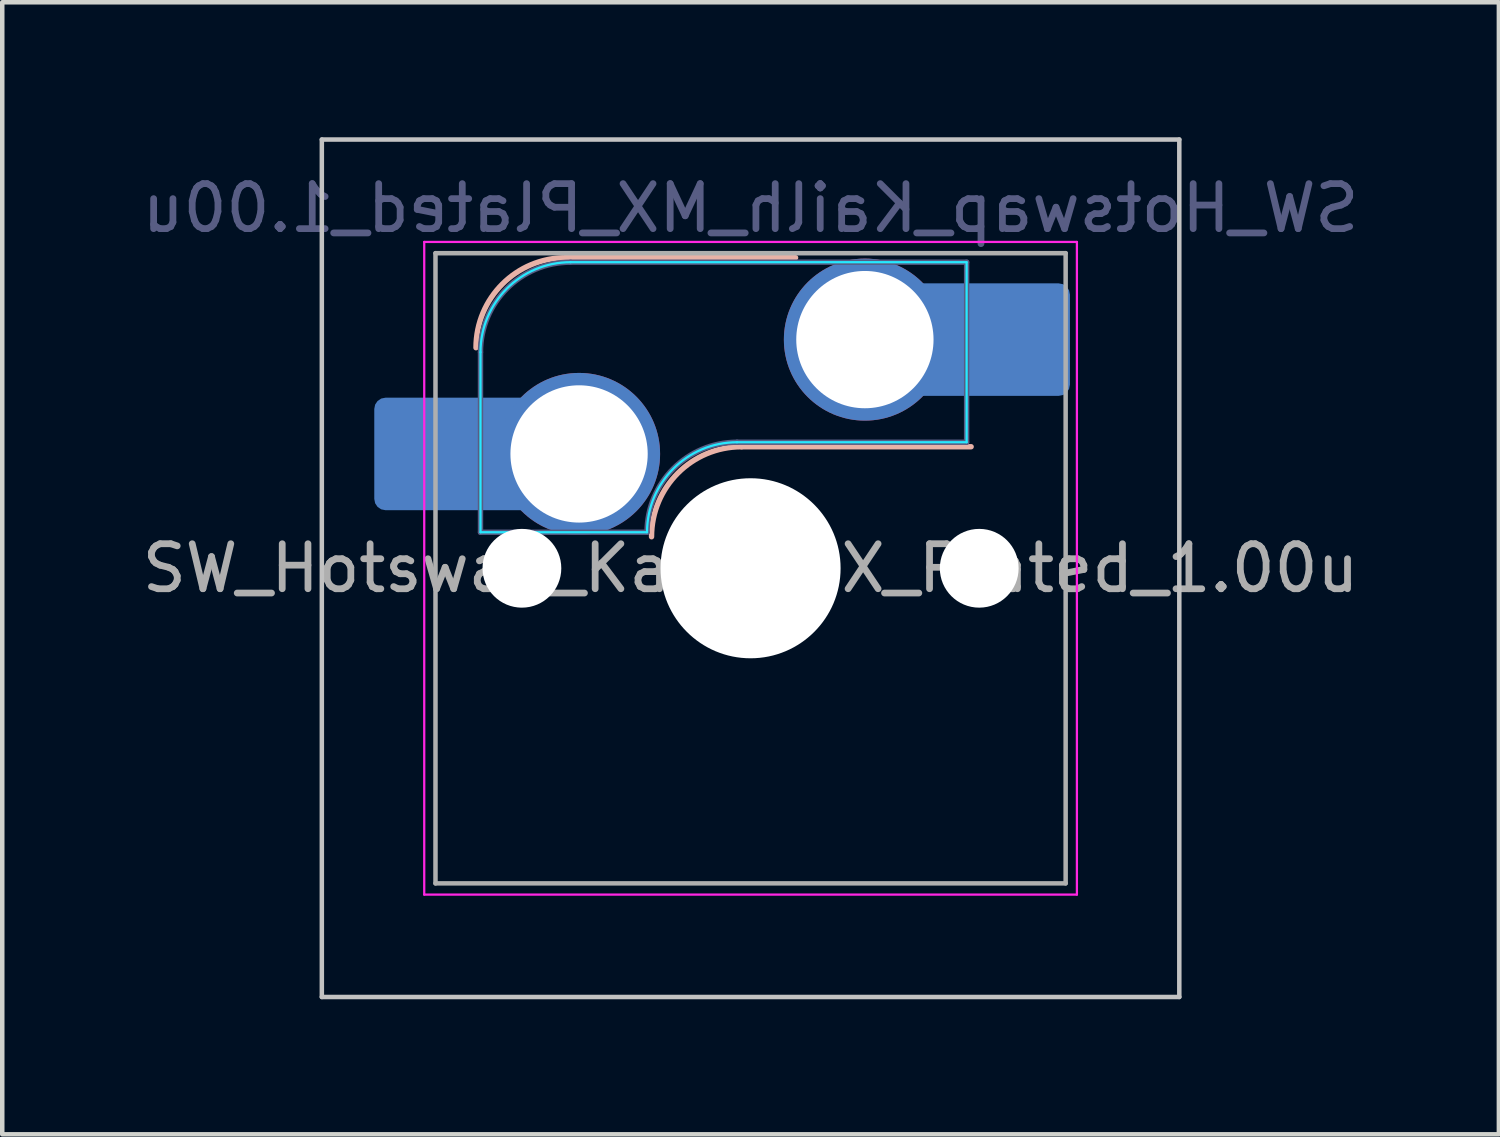
<source format=kicad_pcb>
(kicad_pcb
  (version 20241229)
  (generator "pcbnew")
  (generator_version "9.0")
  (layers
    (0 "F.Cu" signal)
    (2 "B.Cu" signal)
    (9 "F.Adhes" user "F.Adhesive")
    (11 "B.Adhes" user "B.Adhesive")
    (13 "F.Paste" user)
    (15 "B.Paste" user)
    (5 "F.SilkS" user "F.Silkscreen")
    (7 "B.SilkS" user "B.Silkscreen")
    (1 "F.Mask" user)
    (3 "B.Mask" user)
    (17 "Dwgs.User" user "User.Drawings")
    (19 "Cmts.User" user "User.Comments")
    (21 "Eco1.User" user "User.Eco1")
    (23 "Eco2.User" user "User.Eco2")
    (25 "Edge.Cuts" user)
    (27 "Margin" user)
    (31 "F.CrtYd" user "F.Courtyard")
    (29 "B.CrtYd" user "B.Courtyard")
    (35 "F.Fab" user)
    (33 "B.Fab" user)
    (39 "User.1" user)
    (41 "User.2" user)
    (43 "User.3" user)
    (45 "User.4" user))
  (footprint "SW_Hotswap_Kailh_MX_Plated_1.00u"
    (layer "F.Cu")
    (at 13.625 9.575)
    (property "Reference" "SW_Hotswap_Kailh_MX_Plated_1.00u" (at 0 -8 0) (layer "B.Fab") (effects (font (size 1 1) (thickness 0.15)) (justify mirror)))
    (attr smd)
    (fp_line (start -4.1 -6.9) (end 1 -6.9) (stroke (width 0.12) (type solid)) (layer "B.SilkS"))
    (fp_line (start -0.2 -2.7) (end 4.9 -2.7) (stroke (width 0.12) (type solid)) (layer "B.SilkS"))
    (fp_arc (start -6.1 -4.9) (mid -5.514214 -6.314214) (end -4.1 -6.9) (stroke (width 0.12) (type solid)) (layer "B.SilkS"))
    (fp_arc (start -2.2 -0.7) (mid -1.614214 -2.114214) (end -0.2 -2.7) (stroke (width 0.12) (type solid)) (layer "B.SilkS"))
    (fp_line (start -9.525 -9.525) (end -9.525 9.525) (stroke (width 0.1) (type solid)) (layer "Dwgs.User"))
    (fp_line (start -9.525 9.525) (end 9.525 9.525) (stroke (width 0.1) (type solid)) (layer "Dwgs.User"))
    (fp_line (start 9.525 -9.525) (end -9.525 -9.525) (stroke (width 0.1) (type solid)) (layer "Dwgs.User"))
    (fp_line (start 9.525 9.525) (end 9.525 -9.525) (stroke (width 0.1) (type solid)) (layer "Dwgs.User"))
    (fp_line (start -7.8 -6) (end -7 -6) (stroke (width 0.1) (type solid)) (layer "Eco1.User"))
    (fp_line (start -7.8 -2.9) (end -7.8 -6) (stroke (width 0.1) (type solid)) (layer "Eco1.User"))
    (fp_line (start -7.8 2.9) (end -7 2.9) (stroke (width 0.1) (type solid)) (layer "Eco1.User"))
    (fp_line (start -7.8 6) (end -7.8 2.9) (stroke (width 0.1) (type solid)) (layer "Eco1.User"))
    (fp_line (start -7 -7) (end 7 -7) (stroke (width 0.1) (type solid)) (layer "Eco1.User"))
    (fp_line (start -7 -6) (end -7 -7) (stroke (width 0.1) (type solid)) (layer "Eco1.User"))
    (fp_line (start -7 -2.9) (end -7.8 -2.9) (stroke (width 0.1) (type solid)) (layer "Eco1.User"))
    (fp_line (start -7 2.9) (end -7 -2.9) (stroke (width 0.1) (type solid)) (layer "Eco1.User"))
    (fp_line (start -7 6) (end -7.8 6) (stroke (width 0.1) (type solid)) (layer "Eco1.User"))
    (fp_line (start -7 7) (end -7 6) (stroke (width 0.1) (type solid)) (layer "Eco1.User"))
    (fp_line (start 7 -7) (end 7 -6) (stroke (width 0.1) (type solid)) (layer "Eco1.User"))
    (fp_line (start 7 -6) (end 7.8 -6) (stroke (width 0.1) (type solid)) (layer "Eco1.User"))
    (fp_line (start 7 -2.9) (end 7 2.9) (stroke (width 0.1) (type solid)) (layer "Eco1.User"))
    (fp_line (start 7 2.9) (end 7.8 2.9) (stroke (width 0.1) (type solid)) (layer "Eco1.User"))
    (fp_line (start 7 6) (end 7 7) (stroke (width 0.1) (type solid)) (layer "Eco1.User"))
    (fp_line (start 7 7) (end -7 7) (stroke (width 0.1) (type solid)) (layer "Eco1.User"))
    (fp_line (start 7.8 -6) (end 7.8 -2.9) (stroke (width 0.1) (type solid)) (layer "Eco1.User"))
    (fp_line (start 7.8 -2.9) (end 7 -2.9) (stroke (width 0.1) (type solid)) (layer "Eco1.User"))
    (fp_line (start 7.8 2.9) (end 7.8 6) (stroke (width 0.1) (type solid)) (layer "Eco1.User"))
    (fp_line (start 7.8 6) (end 7 6) (stroke (width 0.1) (type solid)) (layer "Eco1.User"))
    (fp_line (start -6 -0.8) (end -6 -4.8) (stroke (width 0.05) (type solid)) (layer "B.CrtYd"))
    (fp_line (start -6 -0.8) (end -2.3 -0.8) (stroke (width 0.05) (type solid)) (layer "B.CrtYd"))
    (fp_line (start -4 -6.8) (end 4.8 -6.8) (stroke (width 0.05) (type solid)) (layer "B.CrtYd"))
    (fp_line (start -0.3 -2.8) (end 4.8 -2.8) (stroke (width 0.05) (type solid)) (layer "B.CrtYd"))
    (fp_line (start 4.8 -6.8) (end 4.8 -2.8) (stroke (width 0.05) (type solid)) (layer "B.CrtYd"))
    (fp_arc (start -6 -4.8) (mid -5.414214 -6.214214) (end -4 -6.8) (stroke (width 0.05) (type solid)) (layer "B.CrtYd"))
    (fp_arc (start -2.3 -0.8) (mid -1.714214 -2.214214) (end -0.3 -2.8) (stroke (width 0.05) (type solid)) (layer "B.CrtYd"))
    (fp_line (start -7.25 -7.25) (end -7.25 7.25) (stroke (width 0.05) (type solid)) (layer "F.CrtYd"))
    (fp_line (start -7.25 7.25) (end 7.25 7.25) (stroke (width 0.05) (type solid)) (layer "F.CrtYd"))
    (fp_line (start 7.25 -7.25) (end -7.25 -7.25) (stroke (width 0.05) (type solid)) (layer "F.CrtYd"))
    (fp_line (start 7.25 7.25) (end 7.25 -7.25) (stroke (width 0.05) (type solid)) (layer "F.CrtYd"))
    (fp_line (start -6 -0.8) (end -6 -4.8) (stroke (width 0.12) (type solid)) (layer "B.Fab"))
    (fp_line (start -6 -0.8) (end -2.3 -0.8) (stroke (width 0.12) (type solid)) (layer "B.Fab"))
    (fp_line (start -4 -6.8) (end 4.8 -6.8) (stroke (width 0.12) (type solid)) (layer "B.Fab"))
    (fp_line (start -0.3 -2.8) (end 4.8 -2.8) (stroke (width 0.12) (type solid)) (layer "B.Fab"))
    (fp_line (start 4.8 -6.8) (end 4.8 -2.8) (stroke (width 0.12) (type solid)) (layer "B.Fab"))
    (fp_arc (start -6 -4.8) (mid -5.414214 -6.214214) (end -4 -6.8) (stroke (width 0.12) (type solid)) (layer "B.Fab"))
    (fp_arc (start -2.3 -0.8) (mid -1.714214 -2.214214) (end -0.3 -2.8) (stroke (width 0.12) (type solid)) (layer "B.Fab"))
    (fp_line (start -7 -7) (end -7 7) (stroke (width 0.1) (type solid)) (layer "F.Fab"))
    (fp_line (start -7 7) (end 7 7) (stroke (width 0.1) (type solid)) (layer "F.Fab"))
    (fp_line (start 7 -7) (end -7 -7) (stroke (width 0.1) (type solid)) (layer "F.Fab"))
    (fp_line (start 7 7) (end 7 -7) (stroke (width 0.1) (type solid)) (layer "F.Fab"))
    (fp_text user "${REFERENCE}" (at 0 0 0) (layer "F.Fab") (effects (font (size 1 1) (thickness 0.15))))
    (pad "" smd roundrect (at -7.085 -2.54) (size 2.55 2.5) (layers "B.Mask" "B.Paste") (roundrect_rratio 0.1))
    (pad "" np_thru_hole circle (at -5.08 0) (size 1.75 1.75) (drill 1.75) (layers "*.Cu" "*.Mask"))
    (pad "" np_thru_hole circle (at 0 0) (size 4 4) (drill 4) (layers "*.Cu" "*.Mask"))
    (pad "" np_thru_hole circle (at 5.08 0) (size 1.75 1.75) (drill 1.75) (layers "*.Cu" "*.Mask"))
    (pad "" smd roundrect (at 5.842 -5.08) (size 2.55 2.5) (layers "B.Mask" "B.Paste") (roundrect_rratio 0.1))
    (pad "1" smd roundrect (at -6.585 -2.54) (size 3.55 2.5) (layers "B.Cu") (roundrect_rratio 0.1))
    (pad "1" thru_hole circle (at -3.81 -2.54) (size 3.6 3.6) (drill 3.05) (layers "*.Cu" "*.Mask"))
    (pad "2" thru_hole circle (at 2.54 -5.08) (size 3.6 3.6) (drill 3.05) (layers "*.Cu" "*.Mask"))
    (pad "2" smd roundrect (at 5.32 -5.08) (size 3.55 2.5) (layers "B.Cu") (roundrect_rratio 0.1)))
  (gr_rect
    (start -3 -3)
    (end 30.25 22.15)
    (stroke (width 0.1) (type default))
    (fill no)
    (layer "Edge.Cuts")))
</source>
